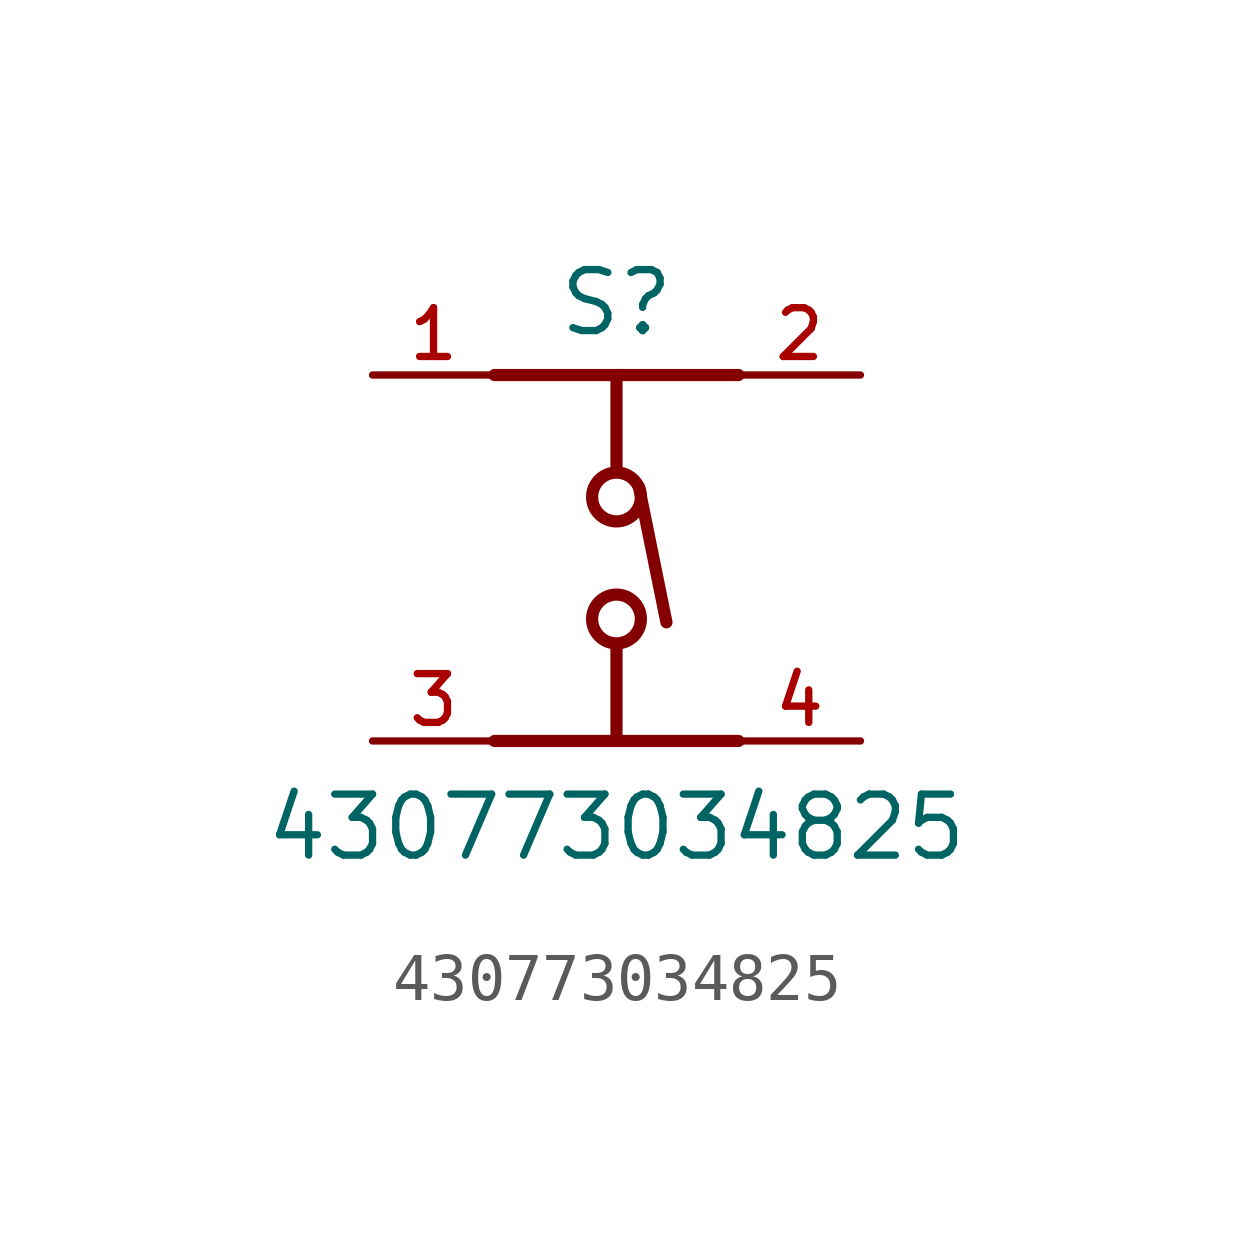
<source format=kicad_sym>
(kicad_symbol_lib
  (version 20211014)
  (generator kicad_symbol_editor)
  (symbol "430773034825"
    (pin_names
      (offset 1.016))
    (property "Reference" "S"
      (at 0.0 5.842 0)
      (effects (font (size 1.27 1.27)) (justify bottom)))
    (property "Value" "430773034825"
      (at 0.0 -5.08 0)
      (effects (font (size 1.27 1.27)) (justify bottom)))
    (symbol "430773034825_0_0"
      (polyline (pts (xy 2.54 -2.54) (xy 0.0 -2.54)) (stroke (width 0.254)))
      (polyline (pts (xy 0.0 -2.54) (xy -2.54 -2.54)) (stroke (width 0.254)))
      (polyline (pts (xy 2.54 5.08) (xy 0.0 5.08)) (stroke (width 0.254)))
      (polyline (pts (xy 0.0 5.08) (xy -2.54 5.08)) (stroke (width 0.254)))
      (polyline (pts (xy 0.0 -2.54) (xy 0.0 -0.635)) (stroke (width 0.254)))
      (polyline (pts (xy 0.0 3.175) (xy 0.0 5.08)) (stroke (width 0.254)))
      (polyline (pts (xy 0.47 2.74) (xy 1.04 -0.07)) (stroke (width 0.254)))
      (circle (center 0.0 2.54) (radius 0.508) (stroke (width 0.254)) (fill (type none)))
      (circle (center 0.0 0.0) (radius 0.508) (stroke (width 0.254)) (fill (type none)))
      (pin passive line (at 5.08 -2.54 180.0) (length 2.54) (name "~" (effects (font (size 1.016 1.016)))) (number "4" (effects (font (size 1.016 1.016)))))
      (pin passive line (at 5.08 5.08 180.0) (length 2.54) (name "~" (effects (font (size 1.016 1.016)))) (number "2" (effects (font (size 1.016 1.016)))))
      (pin passive line (at -5.08 -2.54 0) (length 2.54) (name "~" (effects (font (size 1.016 1.016)))) (number "3" (effects (font (size 1.016 1.016)))))
      (pin passive line (at -5.08 5.08 0) (length 2.54) (name "~" (effects (font (size 1.016 1.016)))) (number "1" (effects (font (size 1.016 1.016))))))))
</source>
